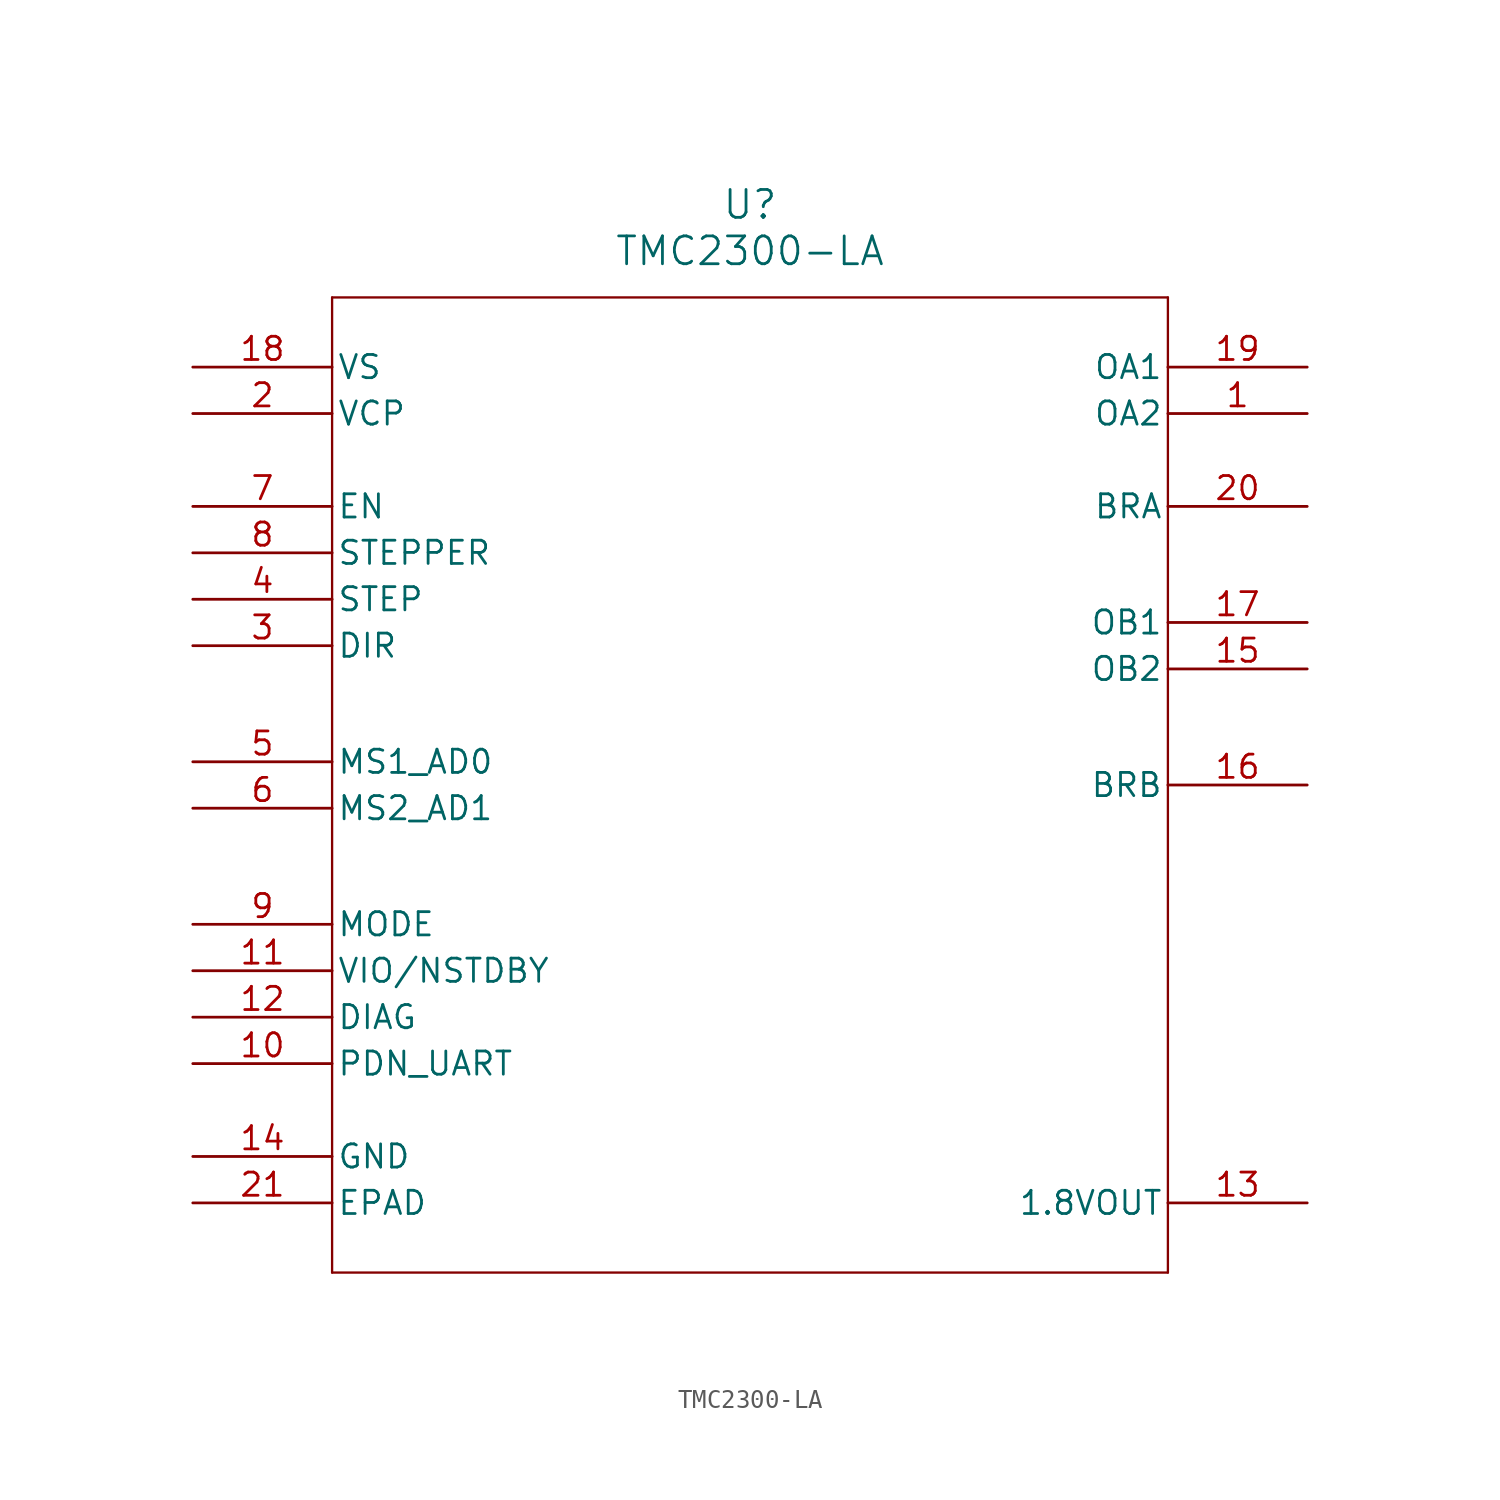
<source format=kicad_sym>
(kicad_symbol_lib
  (version 20231120)
  (generator "kicad_symbol_editor")
  (generator_version "8.0")
  (symbol "TMC2300-LA"
    (pin_names
      (offset 0.254))
    (property "Reference" "U"
      (at 30.48 10.16 0)
      (effects (font (size 1.524 1.524))))
    (property "Value" "TMC2300-LA"
      (at 30.48 7.62 0)
      (effects (font (size 1.524 1.524))))
    (property "ki_locked" ""
      (at 0 0 0)
      (effects (font (size 1.27 1.27))))
    (symbol "TMC2300-LA_0_1"
      (polyline (pts (xy 7.62 -48.26) (xy 53.34 -48.26)) (stroke (width 0.127) (type default)) (fill (type none)))
      (polyline (pts (xy 7.62 5.08) (xy 7.62 -48.26)) (stroke (width 0.127) (type default)) (fill (type none)))
      (polyline (pts (xy 53.34 -48.26) (xy 53.34 5.08)) (stroke (width 0.127) (type default)) (fill (type none)))
      (polyline (pts (xy 53.34 5.08) (xy 7.62 5.08)) (stroke (width 0.127) (type default)) (fill (type none)))
      (pin unspecified line (at 60.96 -1.27 180) (length 7.62) (name "OA2" (effects (font (size 1.27 1.27)))) (number "1" (effects (font (size 1.27 1.27)))))
      (pin unspecified line (at 0 -36.83 0) (length 7.62) (name "PDN_UART" (effects (font (size 1.27 1.27)))) (number "10" (effects (font (size 1.27 1.27)))))
      (pin unspecified line (at 0 -31.75 0) (length 7.62) (name "VIO/NSTDBY" (effects (font (size 1.27 1.27)))) (number "11" (effects (font (size 1.27 1.27)))))
      (pin unspecified line (at 0 -34.29 0) (length 7.62) (name "DIAG" (effects (font (size 1.27 1.27)))) (number "12" (effects (font (size 1.27 1.27)))))
      (pin output line (at 60.96 -44.45 180) (length 7.62) (name "1.8VOUT" (effects (font (size 1.27 1.27)))) (number "13" (effects (font (size 1.27 1.27)))))
      (pin power_in line (at 0 -41.91 0) (length 7.62) (name "GND" (effects (font (size 1.27 1.27)))) (number "14" (effects (font (size 1.27 1.27)))))
      (pin unspecified line (at 60.96 -15.24 180) (length 7.62) (name "OB2" (effects (font (size 1.27 1.27)))) (number "15" (effects (font (size 1.27 1.27)))))
      (pin unspecified line (at 60.96 -21.59 180) (length 7.62) (name "BRB" (effects (font (size 1.27 1.27)))) (number "16" (effects (font (size 1.27 1.27)))))
      (pin unspecified line (at 60.96 -12.7 180) (length 7.62) (name "OB1" (effects (font (size 1.27 1.27)))) (number "17" (effects (font (size 1.27 1.27)))))
      (pin power_in line (at 0 1.27 0) (length 7.62) (name "VS" (effects (font (size 1.27 1.27)))) (number "18" (effects (font (size 1.27 1.27)))))
      (pin unspecified line (at 60.96 1.27 180) (length 7.62) (name "OA1" (effects (font (size 1.27 1.27)))) (number "19" (effects (font (size 1.27 1.27)))))
      (pin unspecified line (at 0 -1.27 0) (length 7.62) (name "VCP" (effects (font (size 1.27 1.27)))) (number "2" (effects (font (size 1.27 1.27)))))
      (pin unspecified line (at 60.96 -6.35 180) (length 7.62) (name "BRA" (effects (font (size 1.27 1.27)))) (number "20" (effects (font (size 1.27 1.27)))))
      (pin unspecified line (at 0 -44.45 0) (length 7.62) (name "EPAD" (effects (font (size 1.27 1.27)))) (number "21" (effects (font (size 1.27 1.27)))))
      (pin unspecified line (at 0 -13.97 0) (length 7.62) (name "DIR" (effects (font (size 1.27 1.27)))) (number "3" (effects (font (size 1.27 1.27)))))
      (pin unspecified line (at 0 -11.43 0) (length 7.62) (name "STEP" (effects (font (size 1.27 1.27)))) (number "4" (effects (font (size 1.27 1.27)))))
      (pin unspecified line (at 0 -20.32 0) (length 7.62) (name "MS1_AD0" (effects (font (size 1.27 1.27)))) (number "5" (effects (font (size 1.27 1.27)))))
      (pin unspecified line (at 0 -22.86 0) (length 7.62) (name "MS2_AD1" (effects (font (size 1.27 1.27)))) (number "6" (effects (font (size 1.27 1.27)))))
      (pin unspecified line (at 0 -6.35 0) (length 7.62) (name "EN" (effects (font (size 1.27 1.27)))) (number "7" (effects (font (size 1.27 1.27)))))
      (pin unspecified line (at 0 -8.89 0) (length 7.62) (name "STEPPER" (effects (font (size 1.27 1.27)))) (number "8" (effects (font (size 1.27 1.27)))))
      (pin unspecified line (at 0 -29.21 0) (length 7.62) (name "MODE" (effects (font (size 1.27 1.27)))) (number "9" (effects (font (size 1.27 1.27))))))))
</source>
